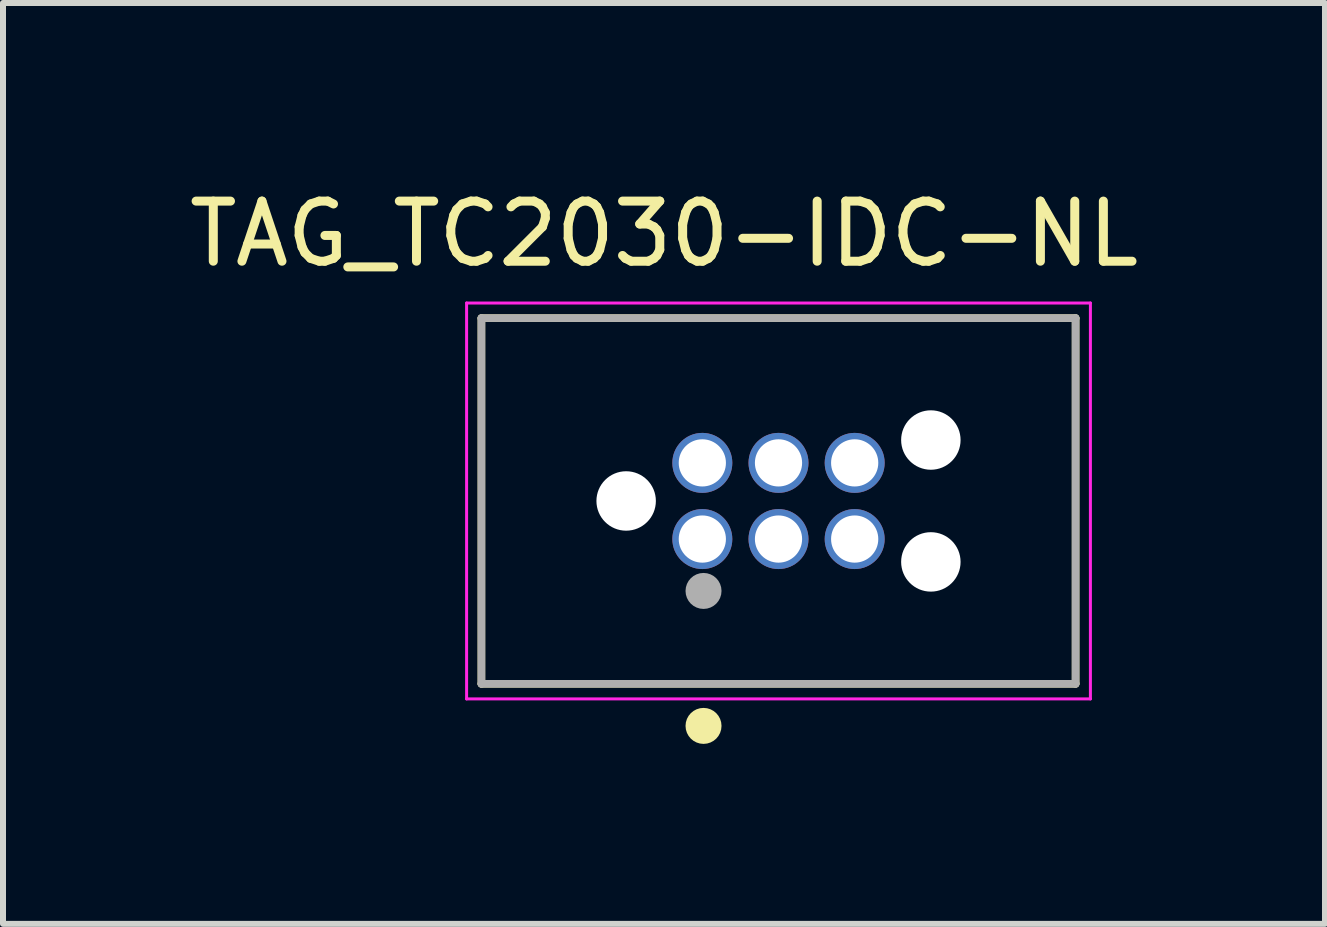
<source format=kicad_pcb>
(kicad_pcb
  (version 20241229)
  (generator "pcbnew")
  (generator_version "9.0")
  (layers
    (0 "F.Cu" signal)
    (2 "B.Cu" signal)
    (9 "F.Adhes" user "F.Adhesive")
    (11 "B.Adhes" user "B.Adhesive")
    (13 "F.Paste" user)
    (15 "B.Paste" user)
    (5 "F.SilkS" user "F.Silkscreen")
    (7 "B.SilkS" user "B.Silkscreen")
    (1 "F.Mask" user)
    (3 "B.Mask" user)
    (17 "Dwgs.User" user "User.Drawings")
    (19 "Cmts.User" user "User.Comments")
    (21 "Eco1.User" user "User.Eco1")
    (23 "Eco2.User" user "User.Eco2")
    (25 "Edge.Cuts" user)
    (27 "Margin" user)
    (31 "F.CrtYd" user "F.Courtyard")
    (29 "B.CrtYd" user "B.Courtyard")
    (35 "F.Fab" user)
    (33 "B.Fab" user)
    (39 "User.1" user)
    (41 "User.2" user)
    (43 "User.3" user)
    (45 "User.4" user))
  (footprint "TAG_TC2030-IDC-NL"
    (layer "F.Cu")
    (at 9.929 5.302)
    (property "Reference" "TAG_TC2030-IDC-NL" (at -1.908 -4.453 0) (layer "F.SilkS") (effects (font (size 1.002 1.002) (thickness 0.15))))
    (attr smd)
    (fp_line (start -4.953 -3.048) (end -4.953 3.048) (stroke (width 0.127) (type solid)) (layer "F.SilkS"))
    (fp_line (start -4.953 3.048) (end 4.953 3.048) (stroke (width 0.127) (type solid)) (layer "F.SilkS"))
    (fp_line (start 4.953 -3.048) (end -4.953 -3.048) (stroke (width 0.127) (type solid)) (layer "F.SilkS"))
    (fp_line (start 4.953 3.048) (end 4.953 -3.048) (stroke (width 0.127) (type solid)) (layer "F.SilkS"))
    (fp_circle (center -1.25 3.75) (end -1.1 3.75) (stroke (width 0.3) (type solid)) (fill no) (layer "F.SilkS"))
    (fp_line (start -5.2 -3.3) (end 5.2 -3.3) (stroke (width 0.05) (type solid)) (layer "F.CrtYd"))
    (fp_line (start -5.2 3.3) (end -5.2 -3.3) (stroke (width 0.05) (type solid)) (layer "F.CrtYd"))
    (fp_line (start 5.2 -3.3) (end 5.2 3.3) (stroke (width 0.05) (type solid)) (layer "F.CrtYd"))
    (fp_line (start 5.2 3.3) (end -5.2 3.3) (stroke (width 0.05) (type solid)) (layer "F.CrtYd"))
    (fp_line (start -4.953 -3.048) (end 4.953 -3.048) (stroke (width 0.127) (type solid)) (layer "F.Fab"))
    (fp_line (start -4.953 3.048) (end -4.953 -3.048) (stroke (width 0.127) (type solid)) (layer "F.Fab"))
    (fp_line (start 4.953 -3.048) (end 4.953 3.048) (stroke (width 0.127) (type solid)) (layer "F.Fab"))
    (fp_line (start 4.953 3.048) (end -4.953 3.048) (stroke (width 0.127) (type solid)) (layer "F.Fab"))
    (fp_circle (center -1.25 1.5) (end -1.1 1.5) (stroke (width 0.3) (type solid)) (fill no) (layer "F.Fab"))
    (pad "" np_thru_hole circle (at -2.54 0) (size 0.991 0.991) (drill 0.991) (layers "*.Cu" "*.Mask"))
    (pad "" np_thru_hole circle (at 2.54 -1.016) (size 0.991 0.991) (drill 0.991) (layers "*.Cu" "*.Mask"))
    (pad "" np_thru_hole circle (at 2.54 1.016) (size 0.991 0.991) (drill 0.991) (layers "*.Cu" "*.Mask"))
    (pad "1" thru_hole circle (at -1.27 0.635) (size 1 1) (drill 0.787) (layers "*.Cu" "*.Mask"))
    (pad "2" thru_hole circle (at -1.27 -0.635) (size 1 1) (drill 0.787) (layers "*.Cu" "*.Mask"))
    (pad "3" thru_hole circle (at 0 0.635) (size 1 1) (drill 0.787) (layers "*.Cu" "*.Mask"))
    (pad "4" thru_hole circle (at 0 -0.635) (size 1 1) (drill 0.787) (layers "*.Cu" "*.Mask"))
    (pad "5" thru_hole circle (at 1.27 0.635) (size 1 1) (drill 0.787) (layers "*.Cu" "*.Mask"))
    (pad "6" thru_hole circle (at 1.27 -0.635) (size 1 1) (drill 0.787) (layers "*.Cu" "*.Mask"))
    (zone (net_name "") (layer "F.Cu") (hatch full 0.508) (connect_pads) (min_thickness 0.01) (filled_areas_thickness no) (keepout (tracks not_allowed) (vias not_allowed) (pads not_allowed) (copperpour not_allowed) (footprints allowed)) (placement (enabled no)) (fill) (polygon (pts (xy 8.657 4.667) (xy 11.199 4.667) (xy 11.199 5.938) (xy 8.657 5.938))))
    (zone (net_name "") (layers "F.Cu" "B.Cu") (hatch full 0.508) (connect_pads) (min_thickness 0.01) (filled_areas_thickness no) (keepout (tracks allowed) (vias not_allowed) (pads allowed) (copperpour allowed) (footprints allowed)) (placement (enabled no)) (fill) (polygon (pts (xy 8.657 4.667) (xy 11.199 4.667) (xy 11.199 5.938) (xy 8.657 5.938)))))
  (gr_rect
    (start -3 -3)
    (end 19.04 12.352)
    (stroke (width 0.1) (type default))
    (fill no)
    (layer "Edge.Cuts")))
</source>
